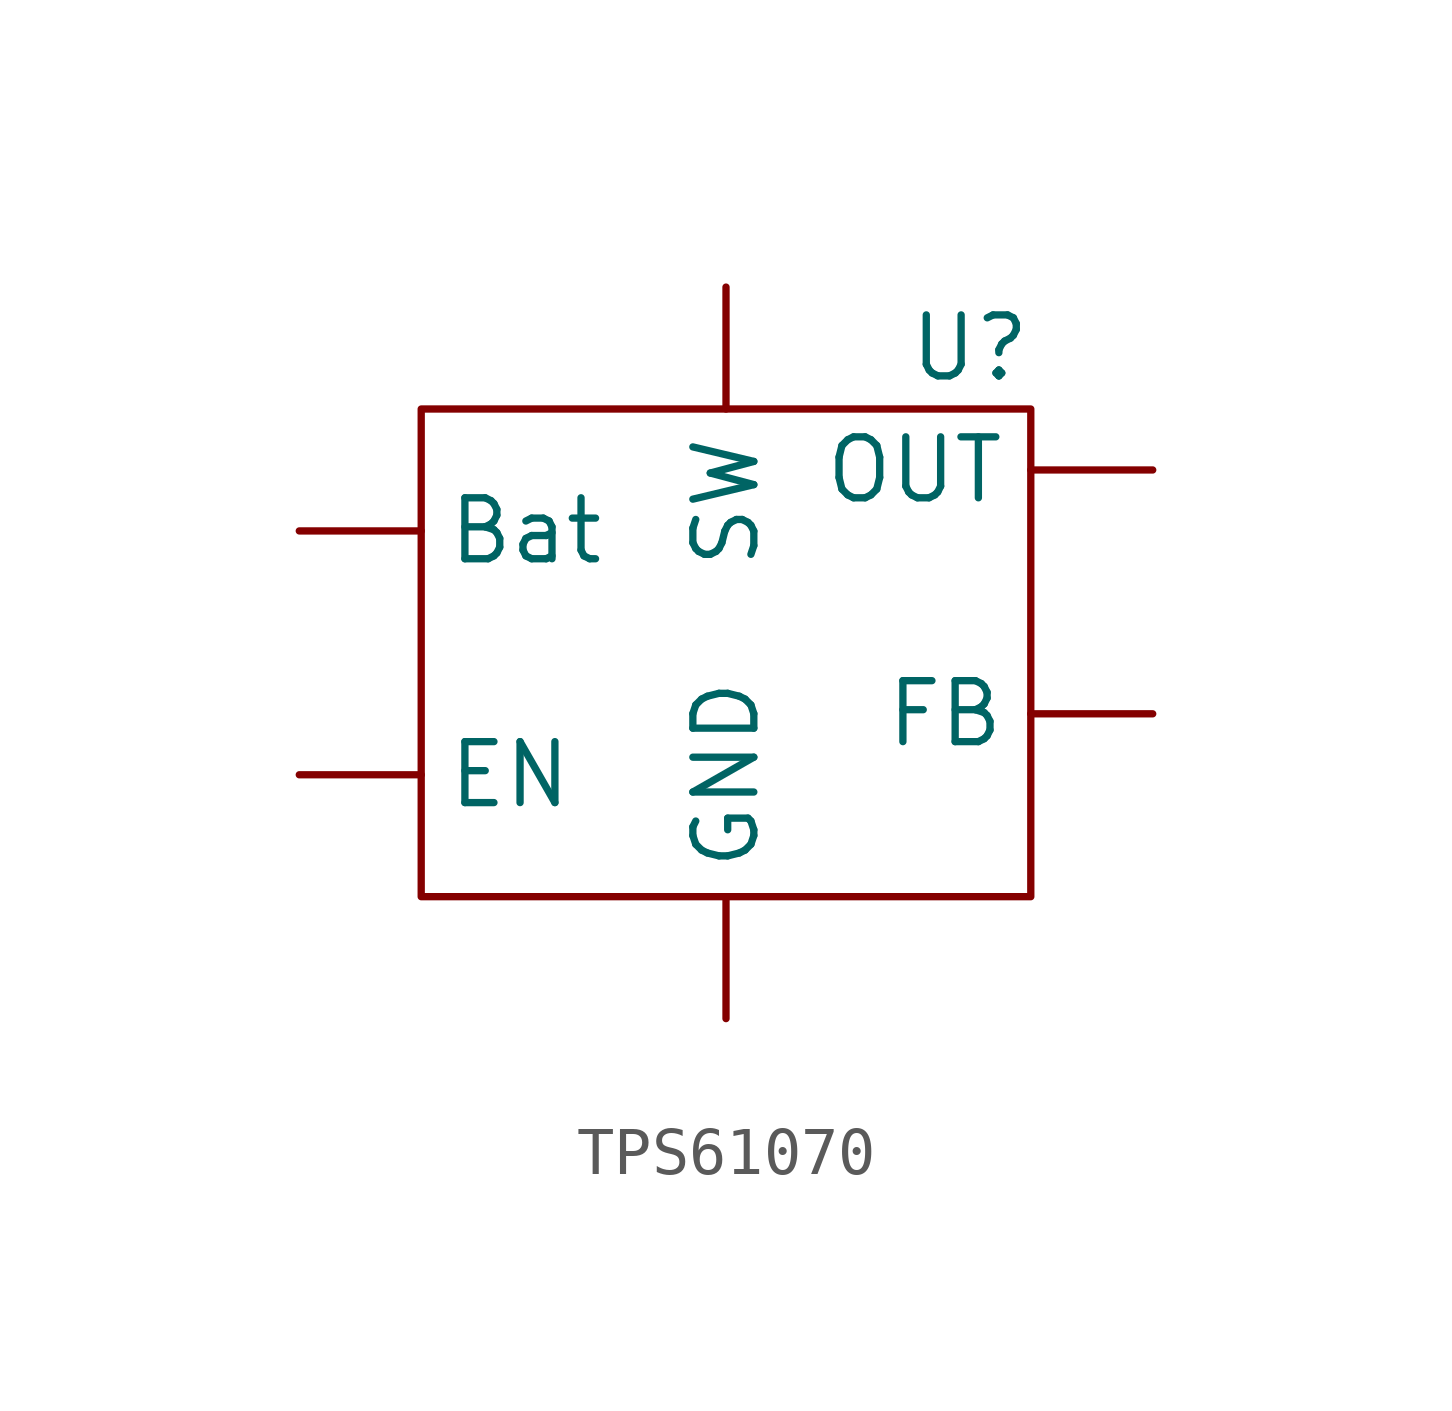
<source format=kicad_sym>
(kicad_symbol_lib
  (version 20220914)
  (generator kicad_symbol_editor)
  (symbol "TPS61070"
    (property "Reference" "U"
      (at 5.08 6.35 0)
      (effects (font (size 1.27 1.27))))
    (property "Value" ""
      (at 0 0 0)
      (effects (font (size 1.27 1.27))))
    (symbol "TPS61070_0_1"
      (rectangle (start -6.35 5.08) (end 6.35 -5.08) (stroke (width 0) (type default)) (fill (type none))))
    (symbol "TPS61070_1_1"
      (pin input line (at -8.89 2.54 0) (length 2.54) (name "Bat" (effects (font (size 1.27 1.27)))) (number "" (effects (font (size 1.27 1.27)))))
      (pin input line (at -8.89 -2.54 0) (length 2.54) (name "EN" (effects (font (size 1.27 1.27)))) (number "" (effects (font (size 1.27 1.27)))))
      (pin input line (at 8.89 -1.27 180) (length 2.54) (name "FB" (effects (font (size 1.27 1.27)))) (number "" (effects (font (size 1.27 1.27)))))
      (pin input line (at 0 -7.62 90) (length 2.54) (name "GND" (effects (font (size 1.27 1.27)))) (number "" (effects (font (size 1.27 1.27)))))
      (pin output line (at 8.89 3.81 180) (length 2.54) (name "OUT" (effects (font (size 1.27 1.27)))) (number "" (effects (font (size 1.27 1.27)))))
      (pin input line (at 0 7.62 270) (length 2.54) (name "SW" (effects (font (size 1.27 1.27)))) (number "" (effects (font (size 1.27 1.27))))))))
</source>
